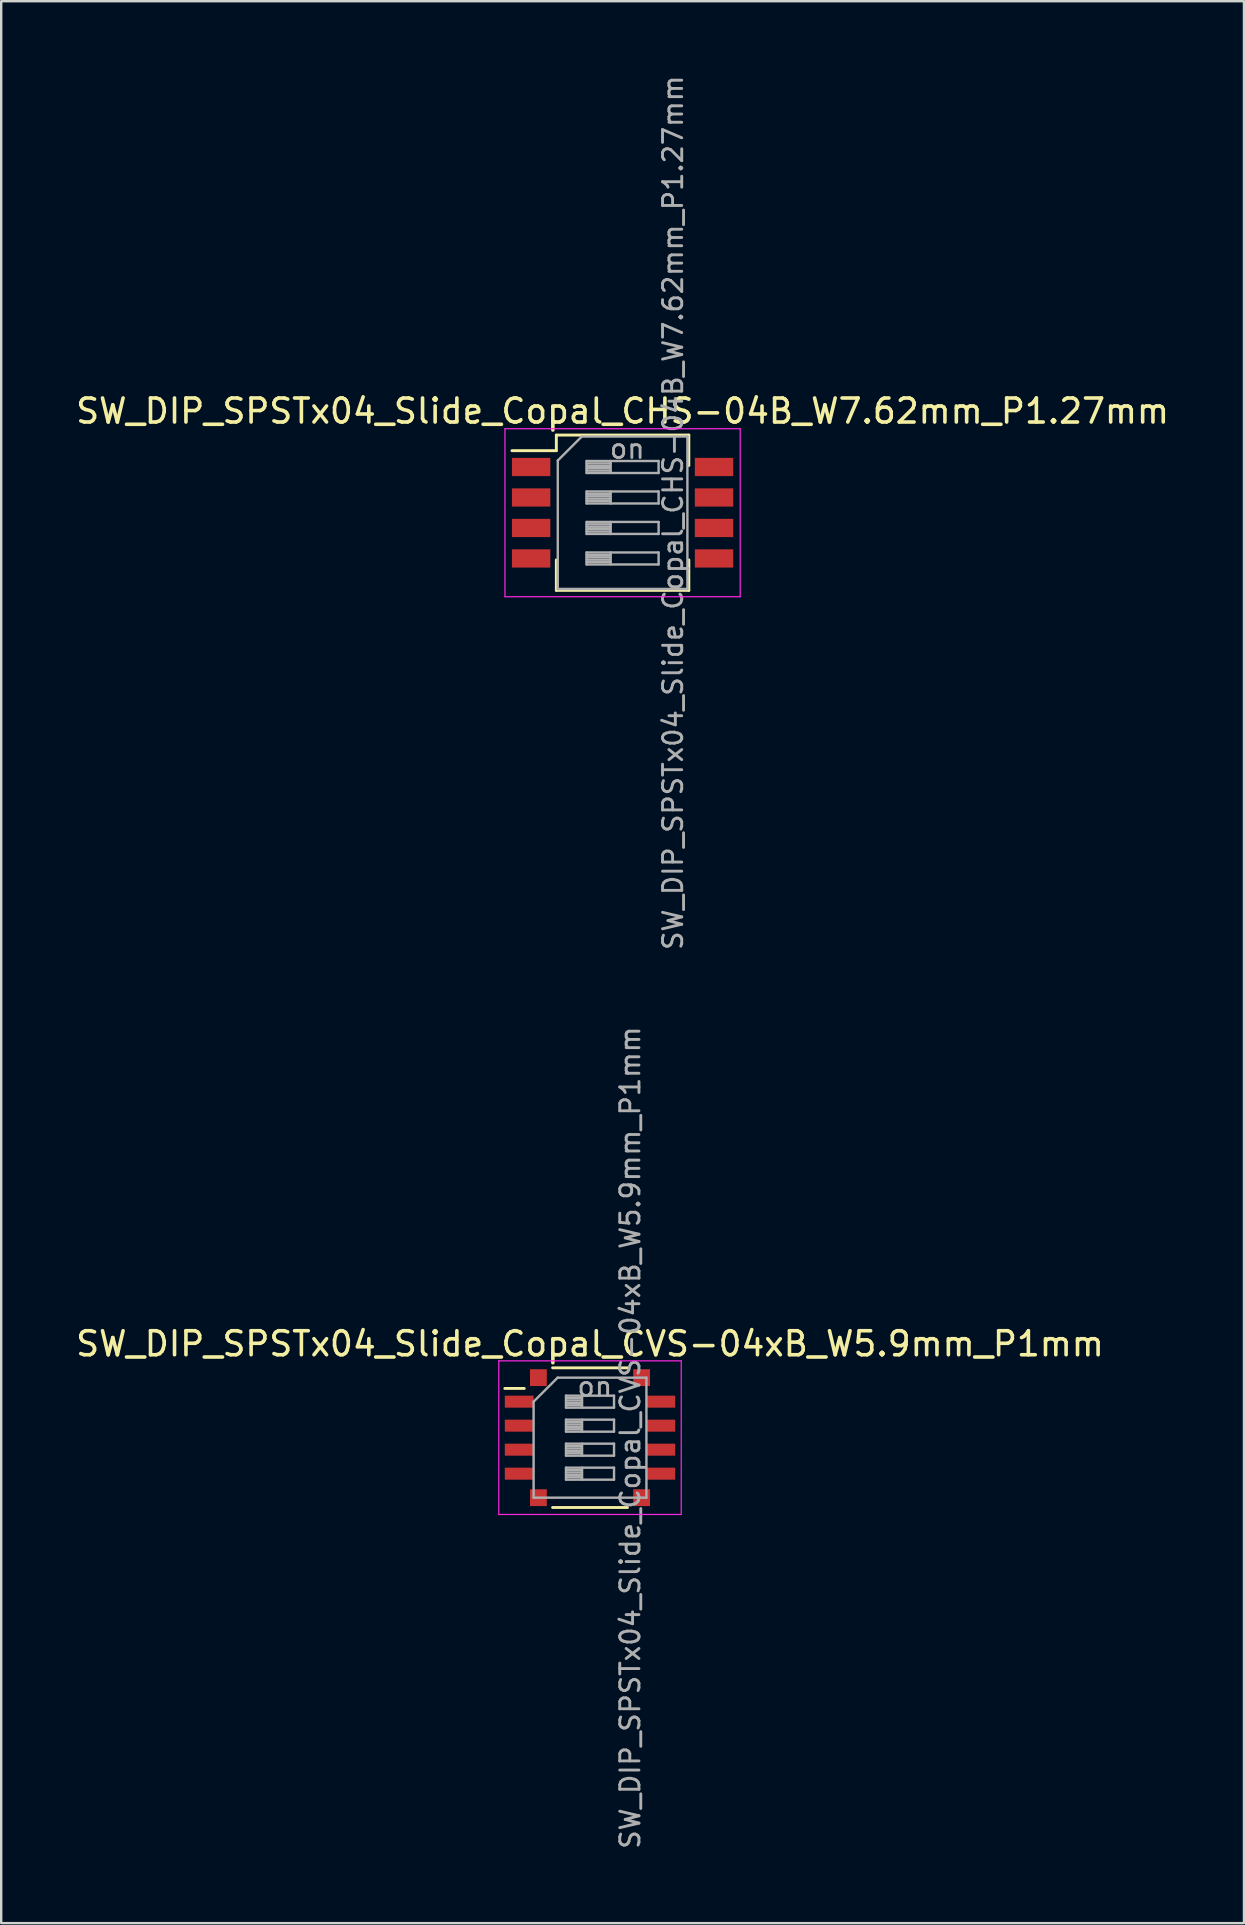
<source format=kicad_pcb>
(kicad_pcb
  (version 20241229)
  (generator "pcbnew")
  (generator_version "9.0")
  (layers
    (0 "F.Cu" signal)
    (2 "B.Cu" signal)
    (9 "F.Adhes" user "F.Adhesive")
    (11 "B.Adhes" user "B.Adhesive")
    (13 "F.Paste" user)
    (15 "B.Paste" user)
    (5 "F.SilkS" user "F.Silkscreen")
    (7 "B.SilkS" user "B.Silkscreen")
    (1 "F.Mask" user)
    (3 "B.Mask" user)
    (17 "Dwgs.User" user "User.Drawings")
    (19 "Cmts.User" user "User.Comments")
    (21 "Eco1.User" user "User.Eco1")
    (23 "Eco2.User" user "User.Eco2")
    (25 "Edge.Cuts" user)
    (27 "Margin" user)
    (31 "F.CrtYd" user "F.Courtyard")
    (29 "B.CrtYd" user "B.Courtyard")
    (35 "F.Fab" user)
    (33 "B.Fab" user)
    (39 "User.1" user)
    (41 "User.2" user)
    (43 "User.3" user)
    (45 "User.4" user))
  (footprint "SW_DIP_SPSTx04_Slide_Copal_CHS-04B_W7.62mm_P1.27mm"
    (layer "F.Cu")
    (at 22.887 18.31)
    (property "Reference" "SW_DIP_SPSTx04_Slide_Copal_CHS-04B_W7.62mm_P1.27mm" (at 0 -4.235 0) (layer "F.SilkS") (effects (font (size 1 1) (thickness 0.15))))
    (attr smd)
    (fp_line (start -4.61 -2.585) (end -2.76 -2.585) (stroke (width 0.12) (type solid)) (layer "F.SilkS"))
    (fp_line (start -2.76 -3.235) (end -2.76 -2.585) (stroke (width 0.12) (type solid)) (layer "F.SilkS"))
    (fp_line (start -2.76 -3.235) (end 2.76 -3.235) (stroke (width 0.12) (type solid)) (layer "F.SilkS"))
    (fp_line (start -2.76 1.965) (end -2.76 3.235) (stroke (width 0.12) (type solid)) (layer "F.SilkS"))
    (fp_line (start -2.76 3.235) (end 2.76 3.235) (stroke (width 0.12) (type solid)) (layer "F.SilkS"))
    (fp_line (start 2.76 -3.235) (end 2.76 -1.966) (stroke (width 0.12) (type solid)) (layer "F.SilkS"))
    (fp_line (start 2.76 1.965) (end 2.76 3.235) (stroke (width 0.12) (type solid)) (layer "F.SilkS"))
    (fp_line (start -4.9 -3.5) (end -4.9 3.5) (stroke (width 0.05) (type solid)) (layer "F.CrtYd"))
    (fp_line (start -4.9 3.5) (end 4.9 3.5) (stroke (width 0.05) (type solid)) (layer "F.CrtYd"))
    (fp_line (start 4.9 -3.5) (end -4.9 -3.5) (stroke (width 0.05) (type solid)) (layer "F.CrtYd"))
    (fp_line (start 4.9 3.5) (end 4.9 -3.5) (stroke (width 0.05) (type solid)) (layer "F.CrtYd"))
    (fp_line (start -2.7 -2.175) (end -1.7 -3.175) (stroke (width 0.1) (type solid)) (layer "F.Fab"))
    (fp_line (start -2.7 3.175) (end -2.7 -2.175) (stroke (width 0.1) (type solid)) (layer "F.Fab"))
    (fp_line (start -1.7 -3.175) (end 2.7 -3.175) (stroke (width 0.1) (type solid)) (layer "F.Fab"))
    (fp_line (start -1.5 -2.155) (end -1.5 -1.655) (stroke (width 0.1) (type solid)) (layer "F.Fab"))
    (fp_line (start -1.5 -2.055) (end -0.5 -2.055) (stroke (width 0.1) (type solid)) (layer "F.Fab"))
    (fp_line (start -1.5 -1.955) (end -0.5 -1.955) (stroke (width 0.1) (type solid)) (layer "F.Fab"))
    (fp_line (start -1.5 -1.855) (end -0.5 -1.855) (stroke (width 0.1) (type solid)) (layer "F.Fab"))
    (fp_line (start -1.5 -1.755) (end -0.5 -1.755) (stroke (width 0.1) (type solid)) (layer "F.Fab"))
    (fp_line (start -1.5 -1.655) (end 1.5 -1.655) (stroke (width 0.1) (type solid)) (layer "F.Fab"))
    (fp_line (start -1.5 -0.885) (end -1.5 -0.385) (stroke (width 0.1) (type solid)) (layer "F.Fab"))
    (fp_line (start -1.5 -0.785) (end -0.5 -0.785) (stroke (width 0.1) (type solid)) (layer "F.Fab"))
    (fp_line (start -1.5 -0.685) (end -0.5 -0.685) (stroke (width 0.1) (type solid)) (layer "F.Fab"))
    (fp_line (start -1.5 -0.585) (end -0.5 -0.585) (stroke (width 0.1) (type solid)) (layer "F.Fab"))
    (fp_line (start -1.5 -0.485) (end -0.5 -0.485) (stroke (width 0.1) (type solid)) (layer "F.Fab"))
    (fp_line (start -1.5 -0.385) (end 1.5 -0.385) (stroke (width 0.1) (type solid)) (layer "F.Fab"))
    (fp_line (start -1.5 0.385) (end -1.5 0.885) (stroke (width 0.1) (type solid)) (layer "F.Fab"))
    (fp_line (start -1.5 0.485) (end -0.5 0.485) (stroke (width 0.1) (type solid)) (layer "F.Fab"))
    (fp_line (start -1.5 0.585) (end -0.5 0.585) (stroke (width 0.1) (type solid)) (layer "F.Fab"))
    (fp_line (start -1.5 0.685) (end -0.5 0.685) (stroke (width 0.1) (type solid)) (layer "F.Fab"))
    (fp_line (start -1.5 0.785) (end -0.5 0.785) (stroke (width 0.1) (type solid)) (layer "F.Fab"))
    (fp_line (start -1.5 0.885) (end 1.5 0.885) (stroke (width 0.1) (type solid)) (layer "F.Fab"))
    (fp_line (start -1.5 1.655) (end -1.5 2.155) (stroke (width 0.1) (type solid)) (layer "F.Fab"))
    (fp_line (start -1.5 1.755) (end -0.5 1.755) (stroke (width 0.1) (type solid)) (layer "F.Fab"))
    (fp_line (start -1.5 1.855) (end -0.5 1.855) (stroke (width 0.1) (type solid)) (layer "F.Fab"))
    (fp_line (start -1.5 1.955) (end -0.5 1.955) (stroke (width 0.1) (type solid)) (layer "F.Fab"))
    (fp_line (start -1.5 2.055) (end -0.5 2.055) (stroke (width 0.1) (type solid)) (layer "F.Fab"))
    (fp_line (start -1.5 2.155) (end 1.5 2.155) (stroke (width 0.1) (type solid)) (layer "F.Fab"))
    (fp_line (start -0.5 -2.155) (end -0.5 -1.655) (stroke (width 0.1) (type solid)) (layer "F.Fab"))
    (fp_line (start -0.5 -0.885) (end -0.5 -0.385) (stroke (width 0.1) (type solid)) (layer "F.Fab"))
    (fp_line (start -0.5 0.385) (end -0.5 0.885) (stroke (width 0.1) (type solid)) (layer "F.Fab"))
    (fp_line (start -0.5 1.655) (end -0.5 2.155) (stroke (width 0.1) (type solid)) (layer "F.Fab"))
    (fp_line (start 1.5 -2.155) (end -1.5 -2.155) (stroke (width 0.1) (type solid)) (layer "F.Fab"))
    (fp_line (start 1.5 -1.655) (end 1.5 -2.155) (stroke (width 0.1) (type solid)) (layer "F.Fab"))
    (fp_line (start 1.5 -0.885) (end -1.5 -0.885) (stroke (width 0.1) (type solid)) (layer "F.Fab"))
    (fp_line (start 1.5 -0.385) (end 1.5 -0.885) (stroke (width 0.1) (type solid)) (layer "F.Fab"))
    (fp_line (start 1.5 0.385) (end -1.5 0.385) (stroke (width 0.1) (type solid)) (layer "F.Fab"))
    (fp_line (start 1.5 0.885) (end 1.5 0.385) (stroke (width 0.1) (type solid)) (layer "F.Fab"))
    (fp_line (start 1.5 1.655) (end -1.5 1.655) (stroke (width 0.1) (type solid)) (layer "F.Fab"))
    (fp_line (start 1.5 2.155) (end 1.5 1.655) (stroke (width 0.1) (type solid)) (layer "F.Fab"))
    (fp_line (start 2.7 -3.175) (end 2.7 3.175) (stroke (width 0.1) (type solid)) (layer "F.Fab"))
    (fp_line (start 2.7 3.175) (end -2.7 3.175) (stroke (width 0.1) (type solid)) (layer "F.Fab"))
    (fp_text user "on" (at 0.195 -2.665 0) (layer "F.Fab") (effects (font (size 0.8 0.8) (thickness 0.12))))
    (fp_text user "${REFERENCE}" (at 2.1 0 90) (layer "F.Fab") (effects (font (size 0.8 0.8) (thickness 0.12))))
    (pad "1" smd rect (at -3.81 -1.905) (size 1.6 0.76) (layers "F.Cu" "F.Mask" "F.Paste"))
    (pad "2" smd rect (at -3.81 -0.635) (size 1.6 0.76) (layers "F.Cu" "F.Mask" "F.Paste"))
    (pad "3" smd rect (at -3.81 0.635) (size 1.6 0.76) (layers "F.Cu" "F.Mask" "F.Paste"))
    (pad "4" smd rect (at -3.81 1.905) (size 1.6 0.76) (layers "F.Cu" "F.Mask" "F.Paste"))
    (pad "5" smd rect (at 3.81 1.905) (size 1.6 0.76) (layers "F.Cu" "F.Mask" "F.Paste"))
    (pad "6" smd rect (at 3.81 0.635) (size 1.6 0.76) (layers "F.Cu" "F.Mask" "F.Paste"))
    (pad "7" smd rect (at 3.81 -0.635) (size 1.6 0.76) (layers "F.Cu" "F.Mask" "F.Paste"))
    (pad "8" smd rect (at 3.81 -1.905) (size 1.6 0.76) (layers "F.Cu" "F.Mask" "F.Paste")))
  (footprint "SW_DIP_SPSTx04_Slide_Copal_CVS-04xB_W5.9mm_P1mm"
    (layer "F.Cu")
    (at 21.53 56.843)
    (property "Reference" "SW_DIP_SPSTx04_Slide_Copal_CVS-04xB_W5.9mm_P1mm" (at 0 -3.91 0) (layer "F.SilkS") (effects (font (size 1 1) (thickness 0.15))))
    (attr smd)
    (fp_line (start -3.55 -2.05) (end -2.739 -2.05) (stroke (width 0.12) (type solid)) (layer "F.SilkS"))
    (fp_line (start -1.56 -2.91) (end 1.561 -2.91) (stroke (width 0.12) (type solid)) (layer "F.SilkS"))
    (fp_line (start -1.56 2.91) (end 1.561 2.91) (stroke (width 0.12) (type solid)) (layer "F.SilkS"))
    (fp_line (start -3.8 -3.2) (end -3.8 3.2) (stroke (width 0.05) (type solid)) (layer "F.CrtYd"))
    (fp_line (start -3.8 3.2) (end 3.8 3.2) (stroke (width 0.05) (type solid)) (layer "F.CrtYd"))
    (fp_line (start 3.8 -3.2) (end -3.8 -3.2) (stroke (width 0.05) (type solid)) (layer "F.CrtYd"))
    (fp_line (start 3.8 3.2) (end 3.8 -3.2) (stroke (width 0.05) (type solid)) (layer "F.CrtYd"))
    (fp_line (start -2.35 -1.5) (end -1.35 -2.5) (stroke (width 0.1) (type solid)) (layer "F.Fab"))
    (fp_line (start -2.35 2.5) (end -2.35 -1.5) (stroke (width 0.1) (type solid)) (layer "F.Fab"))
    (fp_line (start -1.35 -2.5) (end 2.35 -2.5) (stroke (width 0.1) (type solid)) (layer "F.Fab"))
    (fp_line (start -1 -1.75) (end -1 -1.25) (stroke (width 0.1) (type solid)) (layer "F.Fab"))
    (fp_line (start -1 -1.65) (end -0.333 -1.65) (stroke (width 0.1) (type solid)) (layer "F.Fab"))
    (fp_line (start -1 -1.55) (end -0.333 -1.55) (stroke (width 0.1) (type solid)) (layer "F.Fab"))
    (fp_line (start -1 -1.45) (end -0.333 -1.45) (stroke (width 0.1) (type solid)) (layer "F.Fab"))
    (fp_line (start -1 -1.35) (end -0.333 -1.35) (stroke (width 0.1) (type solid)) (layer "F.Fab"))
    (fp_line (start -1 -1.25) (end 1 -1.25) (stroke (width 0.1) (type solid)) (layer "F.Fab"))
    (fp_line (start -1 -0.75) (end -1 -0.25) (stroke (width 0.1) (type solid)) (layer "F.Fab"))
    (fp_line (start -1 -0.65) (end -0.333 -0.65) (stroke (width 0.1) (type solid)) (layer "F.Fab"))
    (fp_line (start -1 -0.55) (end -0.333 -0.55) (stroke (width 0.1) (type solid)) (layer "F.Fab"))
    (fp_line (start -1 -0.45) (end -0.333 -0.45) (stroke (width 0.1) (type solid)) (layer "F.Fab"))
    (fp_line (start -1 -0.35) (end -0.333 -0.35) (stroke (width 0.1) (type solid)) (layer "F.Fab"))
    (fp_line (start -1 -0.25) (end 1 -0.25) (stroke (width 0.1) (type solid)) (layer "F.Fab"))
    (fp_line (start -1 0.25) (end -1 0.75) (stroke (width 0.1) (type solid)) (layer "F.Fab"))
    (fp_line (start -1 0.35) (end -0.333 0.35) (stroke (width 0.1) (type solid)) (layer "F.Fab"))
    (fp_line (start -1 0.45) (end -0.333 0.45) (stroke (width 0.1) (type solid)) (layer "F.Fab"))
    (fp_line (start -1 0.55) (end -0.333 0.55) (stroke (width 0.1) (type solid)) (layer "F.Fab"))
    (fp_line (start -1 0.65) (end -0.333 0.65) (stroke (width 0.1) (type solid)) (layer "F.Fab"))
    (fp_line (start -1 0.75) (end 1 0.75) (stroke (width 0.1) (type solid)) (layer "F.Fab"))
    (fp_line (start -1 1.25) (end -1 1.75) (stroke (width 0.1) (type solid)) (layer "F.Fab"))
    (fp_line (start -1 1.35) (end -0.333 1.35) (stroke (width 0.1) (type solid)) (layer "F.Fab"))
    (fp_line (start -1 1.45) (end -0.333 1.45) (stroke (width 0.1) (type solid)) (layer "F.Fab"))
    (fp_line (start -1 1.55) (end -0.333 1.55) (stroke (width 0.1) (type solid)) (layer "F.Fab"))
    (fp_line (start -1 1.65) (end -0.333 1.65) (stroke (width 0.1) (type solid)) (layer "F.Fab"))
    (fp_line (start -1 1.75) (end 1 1.75) (stroke (width 0.1) (type solid)) (layer "F.Fab"))
    (fp_line (start -0.333 -1.75) (end -0.333 -1.25) (stroke (width 0.1) (type solid)) (layer "F.Fab"))
    (fp_line (start -0.333 -0.75) (end -0.333 -0.25) (stroke (width 0.1) (type solid)) (layer "F.Fab"))
    (fp_line (start -0.333 0.25) (end -0.333 0.75) (stroke (width 0.1) (type solid)) (layer "F.Fab"))
    (fp_line (start -0.333 1.25) (end -0.333 1.75) (stroke (width 0.1) (type solid)) (layer "F.Fab"))
    (fp_line (start 1 -1.75) (end -1 -1.75) (stroke (width 0.1) (type solid)) (layer "F.Fab"))
    (fp_line (start 1 -1.25) (end 1 -1.75) (stroke (width 0.1) (type solid)) (layer "F.Fab"))
    (fp_line (start 1 -0.75) (end -1 -0.75) (stroke (width 0.1) (type solid)) (layer "F.Fab"))
    (fp_line (start 1 -0.25) (end 1 -0.75) (stroke (width 0.1) (type solid)) (layer "F.Fab"))
    (fp_line (start 1 0.25) (end -1 0.25) (stroke (width 0.1) (type solid)) (layer "F.Fab"))
    (fp_line (start 1 0.75) (end 1 0.25) (stroke (width 0.1) (type solid)) (layer "F.Fab"))
    (fp_line (start 1 1.25) (end -1 1.25) (stroke (width 0.1) (type solid)) (layer "F.Fab"))
    (fp_line (start 1 1.75) (end 1 1.25) (stroke (width 0.1) (type solid)) (layer "F.Fab"))
    (fp_line (start 2.35 -2.5) (end 2.35 2.5) (stroke (width 0.1) (type solid)) (layer "F.Fab"))
    (fp_line (start 2.35 2.5) (end -2.35 2.5) (stroke (width 0.1) (type solid)) (layer "F.Fab"))
    (fp_text user "on" (at 0.2 -2.125 0) (layer "F.Fab") (effects (font (size 0.8 0.8) (thickness 0.12))))
    (fp_text user "${REFERENCE}" (at 1.675 0 90) (layer "F.Fab") (effects (font (size 0.8 0.8) (thickness 0.12))))
    (pad "1" smd rect (at -2.95 -1.5) (size 1.2 0.5) (layers "F.Cu" "F.Mask" "F.Paste"))
    (pad "2" smd rect (at -2.95 -0.5) (size 1.2 0.5) (layers "F.Cu" "F.Mask" "F.Paste"))
    (pad "3" smd rect (at -2.95 0.5) (size 1.2 0.5) (layers "F.Cu" "F.Mask" "F.Paste"))
    (pad "4" smd rect (at -2.95 1.5) (size 1.2 0.5) (layers "F.Cu" "F.Mask" "F.Paste"))
    (pad "5" smd rect (at 2.95 1.5) (size 1.2 0.5) (layers "F.Cu" "F.Mask" "F.Paste"))
    (pad "6" smd rect (at 2.95 0.5) (size 1.2 0.5) (layers "F.Cu" "F.Mask" "F.Paste"))
    (pad "7" smd rect (at 2.95 -0.5) (size 1.2 0.5) (layers "F.Cu" "F.Mask" "F.Paste"))
    (pad "8" smd rect (at 2.95 -1.5) (size 1.2 0.5) (layers "F.Cu" "F.Mask" "F.Paste"))
    (pad "9" smd rect (at -2.15 -2.5) (size 0.7 0.7) (layers "F.Cu" "F.Mask" "F.Paste"))
    (pad "9" smd rect (at -2.15 2.5) (size 0.7 0.7) (layers "F.Cu" "F.Mask" "F.Paste"))
    (pad "9" smd rect (at 2.15 -2.5) (size 0.7 0.7) (layers "F.Cu" "F.Mask" "F.Paste"))
    (pad "9" smd rect (at 2.15 2.5) (size 0.7 0.7) (layers "F.Cu" "F.Mask" "F.Paste")))
  (gr_rect
    (start -3 -3)
    (end 48.774 77.067)
    (stroke (width 0.1) (type default))
    (fill no)
    (layer "Edge.Cuts")))
</source>
